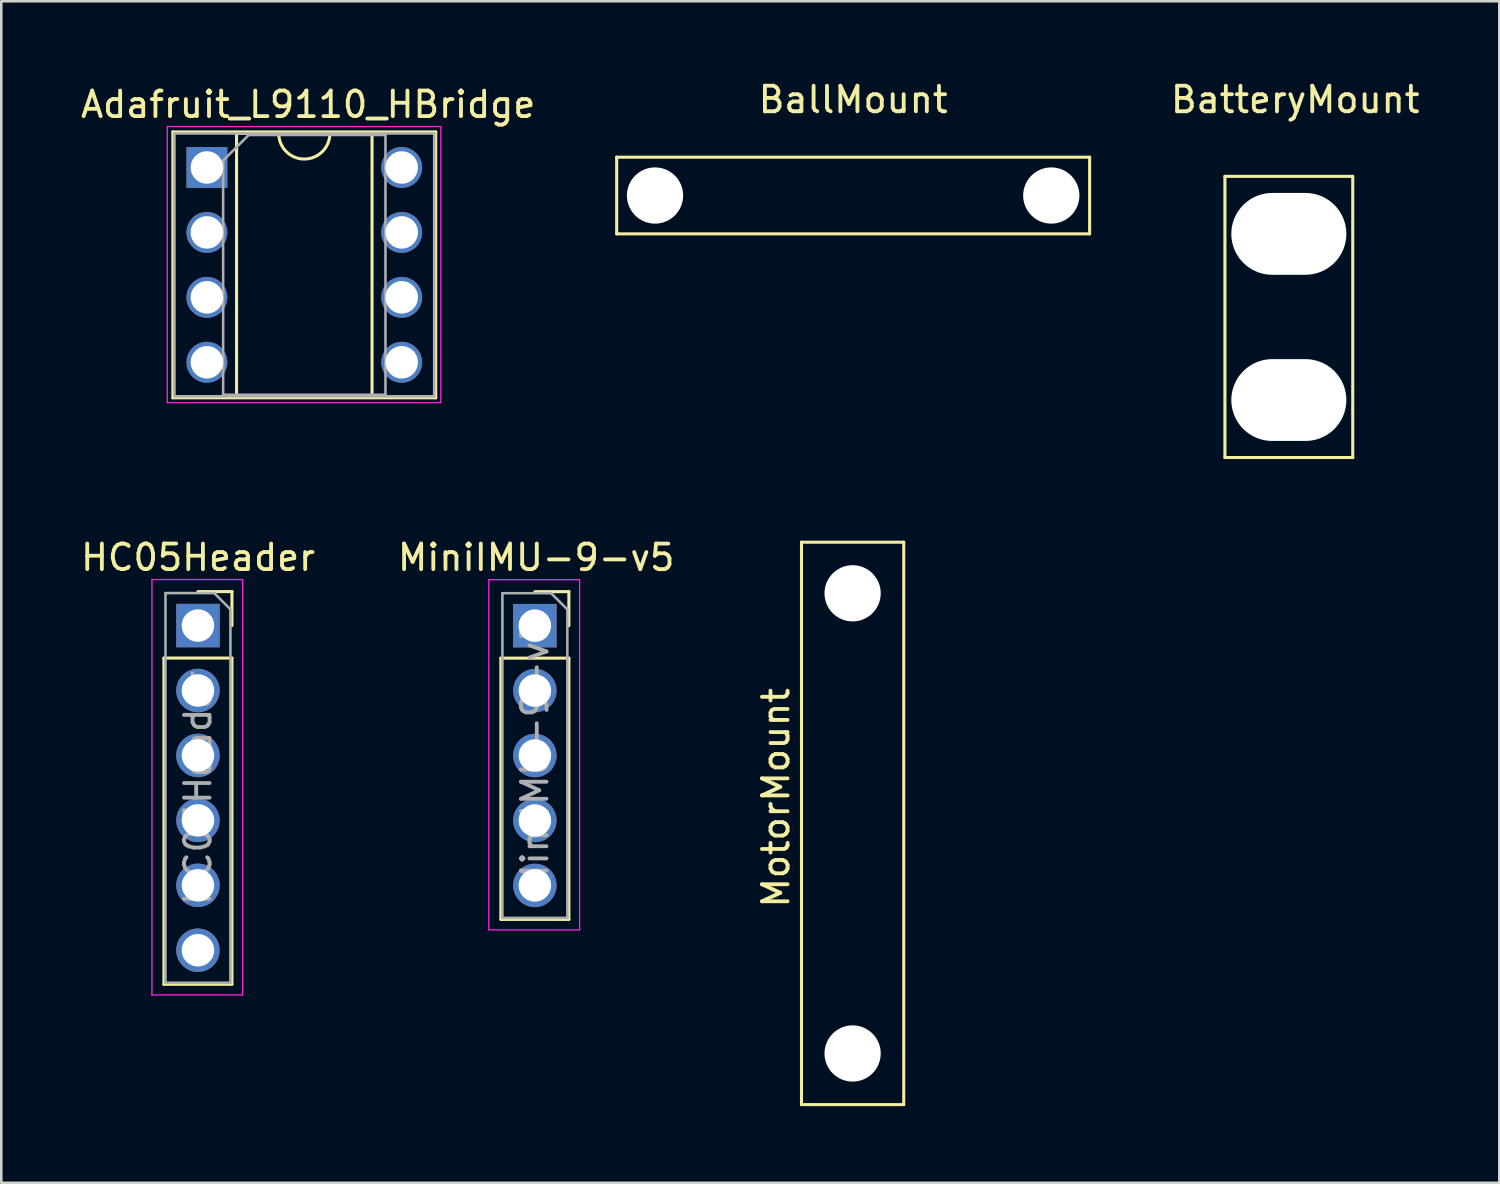
<source format=kicad_pcb>
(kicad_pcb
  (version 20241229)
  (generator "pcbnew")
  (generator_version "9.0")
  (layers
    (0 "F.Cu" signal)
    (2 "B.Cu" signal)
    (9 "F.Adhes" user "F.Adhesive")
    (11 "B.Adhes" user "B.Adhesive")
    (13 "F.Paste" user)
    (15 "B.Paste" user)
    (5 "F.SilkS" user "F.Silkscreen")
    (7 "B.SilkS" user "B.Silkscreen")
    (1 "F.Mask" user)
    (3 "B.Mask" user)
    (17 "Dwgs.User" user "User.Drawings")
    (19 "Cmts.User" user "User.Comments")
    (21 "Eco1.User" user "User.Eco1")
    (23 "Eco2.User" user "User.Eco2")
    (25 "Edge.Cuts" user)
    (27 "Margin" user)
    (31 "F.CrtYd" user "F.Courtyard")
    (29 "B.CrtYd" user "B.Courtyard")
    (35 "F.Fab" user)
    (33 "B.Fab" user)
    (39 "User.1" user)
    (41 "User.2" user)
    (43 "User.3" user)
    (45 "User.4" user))
  (footprint "Adafruit_L9110_HBridge"
    (layer "F.Cu")
    (at 8.828 0.25)
    (property "Reference" "Adafruit_L9110_HBridge" (at 0.178 0.787 0) (layer "F.SilkS") (effects (font (size 1 1) (thickness 0.15))))
    (attr through_hole)
    (fp_line (start -5.115 1.861) (end -5.115 12.261) (stroke (width 0.12) (type solid)) (layer "F.SilkS"))
    (fp_line (start -5.115 12.261) (end 5.165 12.261) (stroke (width 0.12) (type solid)) (layer "F.SilkS"))
    (fp_line (start -2.625 1.921) (end -2.625 12.201) (stroke (width 0.12) (type solid)) (layer "F.SilkS"))
    (fp_line (start -2.625 12.201) (end 2.675 12.201) (stroke (width 0.12) (type solid)) (layer "F.SilkS"))
    (fp_line (start -0.975 1.921) (end -2.625 1.921) (stroke (width 0.12) (type solid)) (layer "F.SilkS"))
    (fp_line (start 2.675 1.921) (end 1.025 1.921) (stroke (width 0.12) (type solid)) (layer "F.SilkS"))
    (fp_line (start 2.675 12.201) (end 2.675 1.921) (stroke (width 0.12) (type solid)) (layer "F.SilkS"))
    (fp_line (start 5.165 1.861) (end -5.115 1.861) (stroke (width 0.12) (type solid)) (layer "F.SilkS"))
    (fp_line (start 5.165 12.261) (end 5.165 1.861) (stroke (width 0.12) (type solid)) (layer "F.SilkS"))
    (fp_arc (start 1.0254 1.9212) (mid 0.0254 2.9212) (end -0.9746 1.9212) (stroke (width 0.12) (type solid)) (layer "F.SilkS"))
    (fp_line (start -5.335 1.651) (end -5.335 12.451) (stroke (width 0.05) (type solid)) (layer "F.CrtYd"))
    (fp_line (start -5.335 12.451) (end 5.365 12.451) (stroke (width 0.05) (type solid)) (layer "F.CrtYd"))
    (fp_line (start 5.365 1.651) (end -5.335 1.651) (stroke (width 0.05) (type solid)) (layer "F.CrtYd"))
    (fp_line (start 5.365 12.451) (end 5.365 1.651) (stroke (width 0.05) (type solid)) (layer "F.CrtYd"))
    (fp_line (start -5.055 1.921) (end -5.055 12.201) (stroke (width 0.1) (type solid)) (layer "F.Fab"))
    (fp_line (start -5.055 12.201) (end 5.105 12.201) (stroke (width 0.1) (type solid)) (layer "F.Fab"))
    (fp_line (start -3.15 2.981) (end -2.15 1.981) (stroke (width 0.1) (type solid)) (layer "F.Fab"))
    (fp_line (start -3.15 12.141) (end -3.15 2.981) (stroke (width 0.1) (type solid)) (layer "F.Fab"))
    (fp_line (start -2.15 1.981) (end 3.2 1.981) (stroke (width 0.1) (type solid)) (layer "F.Fab"))
    (fp_line (start 3.2 1.981) (end 3.2 12.141) (stroke (width 0.1) (type solid)) (layer "F.Fab"))
    (fp_line (start 3.2 12.141) (end -3.15 12.141) (stroke (width 0.1) (type solid)) (layer "F.Fab"))
    (fp_line (start 5.105 1.921) (end -5.055 1.921) (stroke (width 0.1) (type solid)) (layer "F.Fab"))
    (fp_line (start 5.105 12.201) (end 5.105 1.921) (stroke (width 0.1) (type solid)) (layer "F.Fab"))
    (pad "1" thru_hole rect (at -3.785 3.251) (size 1.6 1.6) (drill 1.27) (layers "*.Cu" "*.Mask"))
    (pad "2" thru_hole oval (at -3.785 5.791) (size 1.6 1.6) (drill 1.27) (layers "*.Cu" "*.Mask"))
    (pad "3" thru_hole oval (at -3.785 8.331) (size 1.6 1.6) (drill 1.27) (layers "*.Cu" "*.Mask"))
    (pad "4" thru_hole oval (at -3.785 10.871) (size 1.6 1.6) (drill 1.27) (layers "*.Cu" "*.Mask"))
    (pad "5" thru_hole oval (at 3.835 10.871) (size 1.6 1.6) (drill 1.27) (layers "*.Cu" "*.Mask"))
    (pad "6" thru_hole oval (at 3.835 8.331) (size 1.6 1.6) (drill 1.27) (layers "*.Cu" "*.Mask"))
    (pad "7" thru_hole oval (at 3.835 5.791) (size 1.6 1.6) (drill 1.27) (layers "*.Cu" "*.Mask"))
    (pad "8" thru_hole oval (at 3.835 3.251) (size 1.6 1.6) (drill 1.27) (layers "*.Cu" "*.Mask")))
  (footprint "BallMount"
    (layer "F.Cu")
    (at 30.322 4.598)
    (property "Reference" "BallMount" (at 0 -3.75 0) (layer "F.SilkS") (effects (font (size 1 1) (thickness 0.15))))
    (attr through_hole)
    (fp_line (start -9.25 -1.5) (end 9.25 -1.5) (stroke (width 0.12) (type solid)) (layer "F.SilkS"))
    (fp_line (start -9.25 1.5) (end -9.25 -1.5) (stroke (width 0.12) (type solid)) (layer "F.SilkS"))
    (fp_line (start 9.25 -1.5) (end 9.25 1.25) (stroke (width 0.12) (type solid)) (layer "F.SilkS"))
    (fp_line (start 9.25 1.25) (end 9.25 1.5) (stroke (width 0.12) (type solid)) (layer "F.SilkS"))
    (fp_line (start 9.25 1.5) (end -9.25 1.5) (stroke (width 0.12) (type solid)) (layer "F.SilkS"))
    (pad "" np_thru_hole circle (at -7.75 0) (size 2.2 2.2) (drill 2.2) (layers "*.Cu" "*.Mask"))
    (pad "" np_thru_hole circle (at 7.75 0) (size 2.2 2.2) (drill 2.2) (layers "*.Cu" "*.Mask")))
  (footprint "HC05Header"
    (layer "F.Cu")
    (at 4.646 18.299)
    (property "Reference" "HC05Header" (at 0.051 0.457 0) (layer "F.SilkS") (effects (font (size 1 1) (thickness 0.15))))
    (attr through_hole)
    (fp_line (start -1.283 4.391) (end -1.283 17.151) (stroke (width 0.12) (type solid)) (layer "F.SilkS"))
    (fp_line (start -1.283 4.391) (end 1.377 4.391) (stroke (width 0.12) (type solid)) (layer "F.SilkS"))
    (fp_line (start -1.283 17.151) (end 1.377 17.151) (stroke (width 0.12) (type solid)) (layer "F.SilkS"))
    (fp_line (start 0.047 1.791) (end 1.377 1.791) (stroke (width 0.12) (type solid)) (layer "F.SilkS"))
    (fp_line (start 1.377 1.791) (end 1.377 3.121) (stroke (width 0.12) (type solid)) (layer "F.SilkS"))
    (fp_line (start 1.377 4.391) (end 1.377 17.151) (stroke (width 0.12) (type solid)) (layer "F.SilkS"))
    (fp_line (start -1.753 1.321) (end 1.797 1.321) (stroke (width 0.05) (type solid)) (layer "F.CrtYd"))
    (fp_line (start -1.753 17.571) (end -1.753 1.321) (stroke (width 0.05) (type solid)) (layer "F.CrtYd"))
    (fp_line (start 1.797 1.321) (end 1.797 17.571) (stroke (width 0.05) (type solid)) (layer "F.CrtYd"))
    (fp_line (start 1.797 17.571) (end -1.753 17.571) (stroke (width 0.05) (type solid)) (layer "F.CrtYd"))
    (fp_line (start -1.223 1.851) (end 0.682 1.851) (stroke (width 0.1) (type solid)) (layer "F.Fab"))
    (fp_line (start -1.223 17.091) (end -1.223 1.851) (stroke (width 0.1) (type solid)) (layer "F.Fab"))
    (fp_line (start 0.682 1.851) (end 1.317 2.486) (stroke (width 0.1) (type solid)) (layer "F.Fab"))
    (fp_line (start 1.317 2.486) (end 1.317 17.091) (stroke (width 0.1) (type solid)) (layer "F.Fab"))
    (fp_line (start 1.317 17.091) (end -1.223 17.091) (stroke (width 0.1) (type solid)) (layer "F.Fab"))
    (fp_text user "${REFERENCE}" (at 0.047 9.471 90) (layer "F.Fab") (effects (font (size 1 1) (thickness 0.15))))
    (pad "1" thru_hole rect (at 0.047 3.121 90) (size 1.7 1.7) (drill 1.27) (layers "*.Cu" "*.Mask"))
    (pad "2" thru_hole oval (at 0.047 5.661 90) (size 1.7 1.7) (drill 1.27) (layers "*.Cu" "*.Mask"))
    (pad "3" thru_hole oval (at 0.047 8.201) (size 1.7 1.7) (drill 1.27) (layers "*.Cu" "*.Mask"))
    (pad "4" thru_hole oval (at 0.047 10.741) (size 1.7 1.7) (drill 1.27) (layers "*.Cu" "*.Mask"))
    (pad "5" thru_hole oval (at 0.047 13.281) (size 1.7 1.7) (drill 1.27) (layers "*.Cu" "*.Mask"))
    (pad "6" thru_hole oval (at 0.047 15.821) (size 1.7 1.7) (drill 1.27) (layers "*.Cu" "*.Mask")))
  (footprint "MotorMount"
    (layer "F.Cu")
    (at 30.301 18.158)
    (property "Reference" "MotorMount" (at -3 10 90) (layer "F.SilkS") (effects (font (size 1 1) (thickness 0.15))))
    (attr through_hole)
    (fp_line (start -2 0) (end -2 22) (stroke (width 0.12) (type solid)) (layer "F.SilkS"))
    (fp_line (start -2 22) (end 2 22) (stroke (width 0.12) (type solid)) (layer "F.SilkS"))
    (fp_line (start 2 0) (end -2 0) (stroke (width 0.12) (type solid)) (layer "F.SilkS"))
    (fp_line (start 2 22) (end 2 0) (stroke (width 0.12) (type solid)) (layer "F.SilkS"))
    (pad "" np_thru_hole circle (at 0 2) (size 2.2 2.2) (drill 2.2) (layers "*.Cu" "*.Mask"))
    (pad "" np_thru_hole circle (at 0 20) (size 2.2 2.2) (drill 2.2) (layers "*.Cu" "*.Mask")))
  (footprint "MiniIMU-9-v5"
    (layer "F.Cu")
    (at 17.618 18.401)
    (property "Reference" "MiniIMU-9-v5" (at 0.305 0.356 0) (layer "F.SilkS") (effects (font (size 1 1) (thickness 0.15))))
    (attr through_hole)
    (fp_line (start -1.076 4.293) (end -1.076 14.513) (stroke (width 0.12) (type solid)) (layer "F.SilkS"))
    (fp_line (start -1.076 4.293) (end 1.584 4.293) (stroke (width 0.12) (type solid)) (layer "F.SilkS"))
    (fp_line (start -1.076 14.513) (end 1.584 14.513) (stroke (width 0.12) (type solid)) (layer "F.SilkS"))
    (fp_line (start 0.254 1.693) (end 1.584 1.693) (stroke (width 0.12) (type solid)) (layer "F.SilkS"))
    (fp_line (start 1.584 1.693) (end 1.584 3.023) (stroke (width 0.12) (type solid)) (layer "F.SilkS"))
    (fp_line (start 1.584 4.293) (end 1.584 14.513) (stroke (width 0.12) (type solid)) (layer "F.SilkS"))
    (fp_line (start -1.546 1.223) (end 2.004 1.223) (stroke (width 0.05) (type solid)) (layer "F.CrtYd"))
    (fp_line (start -1.546 14.923) (end -1.546 1.223) (stroke (width 0.05) (type solid)) (layer "F.CrtYd"))
    (fp_line (start 2.004 1.223) (end 2.004 14.923) (stroke (width 0.05) (type solid)) (layer "F.CrtYd"))
    (fp_line (start 2.004 14.923) (end -1.546 14.923) (stroke (width 0.05) (type solid)) (layer "F.CrtYd"))
    (fp_line (start -1.016 1.753) (end 0.889 1.753) (stroke (width 0.1) (type solid)) (layer "F.Fab"))
    (fp_line (start -1.016 14.453) (end -1.016 1.753) (stroke (width 0.1) (type solid)) (layer "F.Fab"))
    (fp_line (start 0.889 1.753) (end 1.524 2.388) (stroke (width 0.1) (type solid)) (layer "F.Fab"))
    (fp_line (start 1.524 2.388) (end 1.524 14.453) (stroke (width 0.1) (type solid)) (layer "F.Fab"))
    (fp_line (start 1.524 14.453) (end -1.016 14.453) (stroke (width 0.1) (type solid)) (layer "F.Fab"))
    (fp_text user "${REFERENCE}" (at 0.254 8.103 90) (layer "F.Fab") (effects (font (size 1 1) (thickness 0.15))))
    (pad "1" thru_hole rect (at 0.254 3.023) (size 1.7 1.7) (drill 1.27) (layers "*.Cu" "*.Mask"))
    (pad "2" thru_hole oval (at 0.254 5.563) (size 1.7 1.7) (drill 1.27) (layers "*.Cu" "*.Mask"))
    (pad "3" thru_hole oval (at 0.254 8.103) (size 1.7 1.7) (drill 1.27) (layers "*.Cu" "*.Mask"))
    (pad "4" thru_hole oval (at 0.254 10.643) (size 1.7 1.7) (drill 1.27) (layers "*.Cu" "*.Mask"))
    (pad "5" thru_hole oval (at 0.254 13.183) (size 1.7 1.7) (drill 1.27) (layers "*.Cu" "*.Mask")))
  (footprint "BatteryMount"
    (layer "F.Cu")
    (at 47.364 3.848)
    (property "Reference" "BatteryMount" (at 0.25 -3 0) (layer "F.SilkS") (effects (font (size 1 1) (thickness 0.15))))
    (attr through_hole)
    (fp_line (start -2.5 0) (end 2.5 0) (stroke (width 0.12) (type solid)) (layer "F.SilkS"))
    (fp_line (start -2.5 11) (end -2.5 0) (stroke (width 0.12) (type solid)) (layer "F.SilkS"))
    (fp_line (start 2.5 0) (end 2.5 11) (stroke (width 0.12) (type solid)) (layer "F.SilkS"))
    (fp_line (start 2.5 11) (end -2.5 11) (stroke (width 0.12) (type solid)) (layer "F.SilkS"))
    (pad "" np_thru_hole oval (at 0 2.25) (size 4.5 3.2) (drill oval 4.5 3.2) (layers "*.Cu" "*.Mask"))
    (pad "" np_thru_hole oval (at 0 8.75) (size 4.5 3.2) (drill oval 4.5 3.2) (layers "*.Cu" "*.Mask")))
  (gr_rect
    (start -3 -3)
    (end 55.596 43.218)
    (stroke (width 0.1) (type default))
    (fill no)
    (layer "Edge.Cuts")))
</source>
